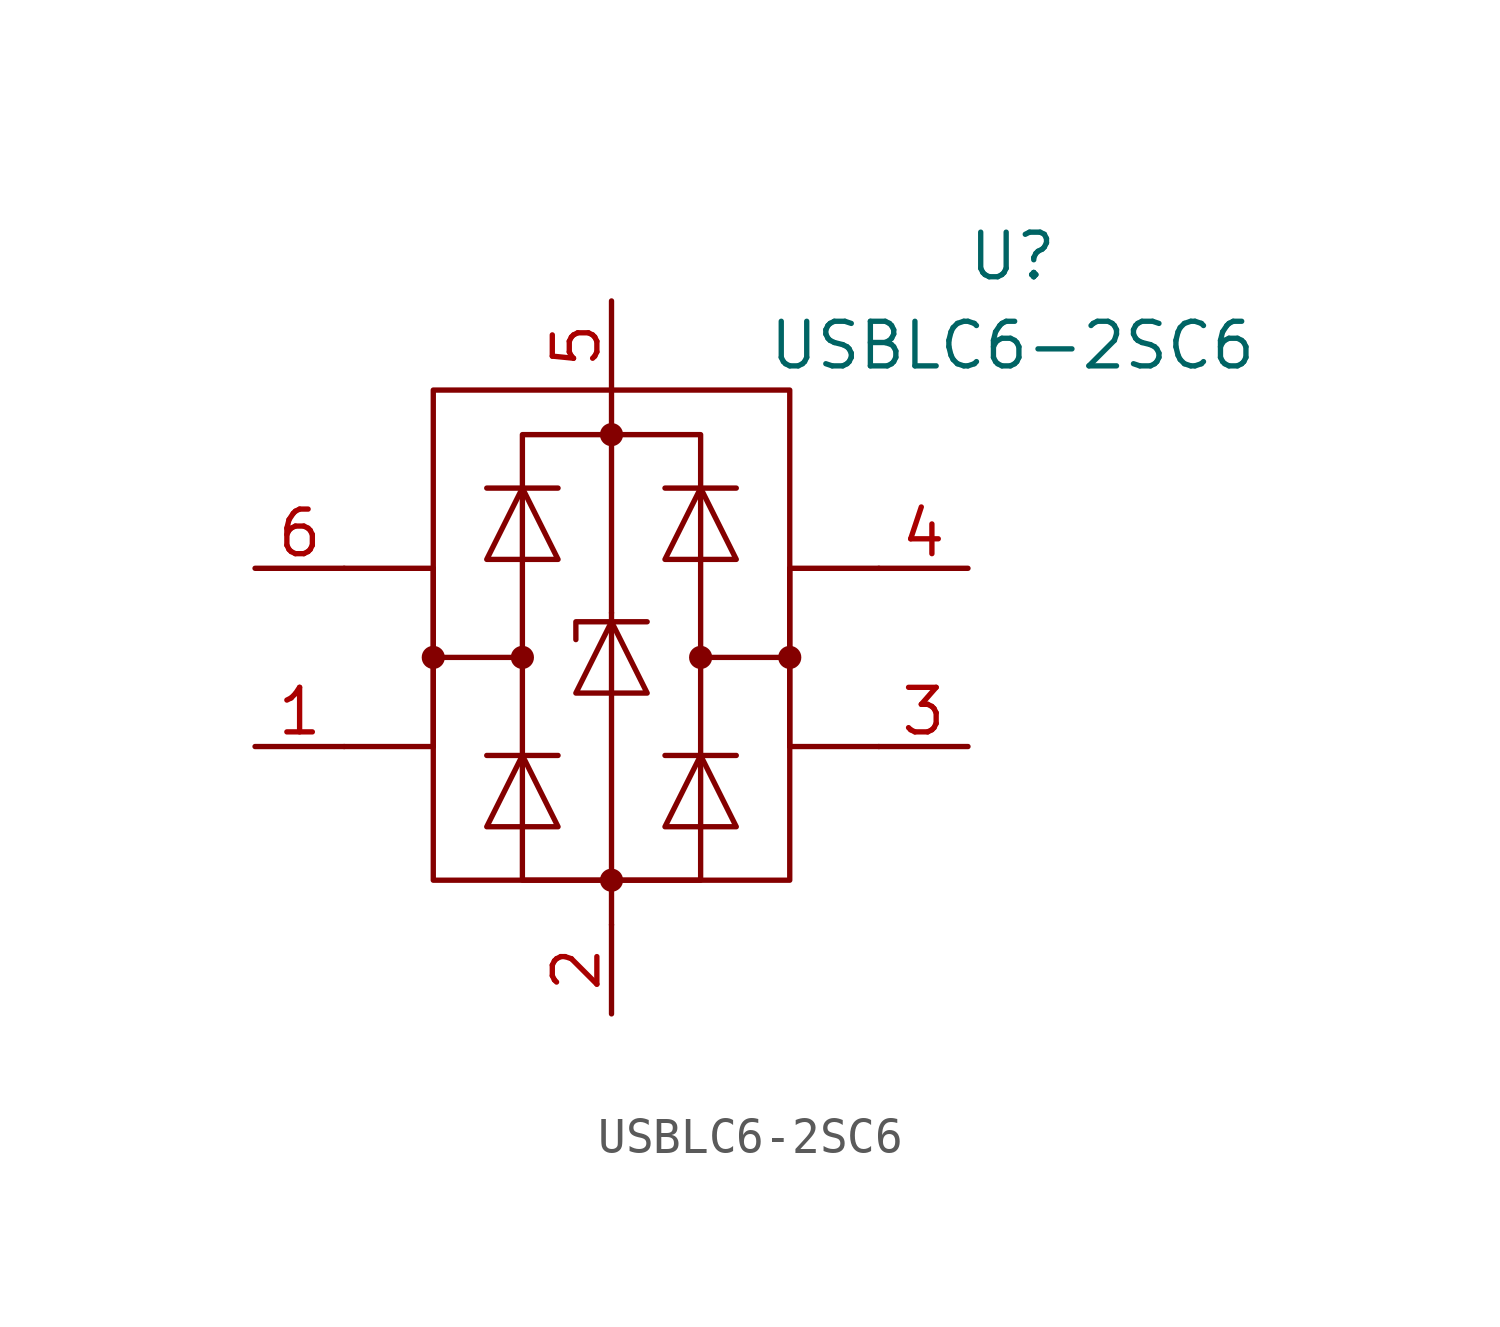
<source format=kicad_sym>
(kicad_symbol_lib
  (version 20211014)
  (generator kicad_symbol_editor)
  (symbol "USBLC6-2SC6"
    (pin_names
      (offset 1.016))
    (property "Reference" "U"
      (at 12.7 2.54 0)
      (effects (font (size 1.27 1.27))))
    (property "Value" "USBLC6-2SC6"
      (at 12.7 0 0)
      (effects (font (size 1.27 1.27))))
    (symbol "USBLC6-2SC6_0_1"
      (rectangle (start -3.81 -1.27) (end 6.35 -15.24) (stroke (width 0) (type default) (color 0 0 0 0)) (fill (type none))))
    (symbol "USBLC6-2SC6_1_1"
      (circle (center -3.81 -8.89) (radius 0.254) (stroke (width 0) (type default) (color 0 0 0 0)) (fill (type outline)))
      (circle (center -1.27 -8.89) (radius 0.254) (stroke (width 0) (type default) (color 0 0 0 0)) (fill (type outline)))
      (rectangle (start -1.27 -2.54) (end 3.81 -15.24) (stroke (width 0) (type default) (color 0 0 0 0)) (fill (type none)))
      (polyline (pts (xy -3.81 -11.43) (xy -6.35 -11.43)) (stroke (width 0) (type default) (color 0 0 0 0)) (fill (type none)))
      (polyline (pts (xy -3.81 -8.89) (xy -3.81 -11.43)) (stroke (width 0) (type default) (color 0 0 0 0)) (fill (type none)))
      (polyline (pts (xy -3.81 -6.35) (xy -6.35 -6.35)) (stroke (width 0) (type default) (color 0 0 0 0)) (fill (type none)))
      (polyline (pts (xy -0.254 -11.684) (xy -2.286 -11.684)) (stroke (width 0) (type default) (color 0 0 0 0)) (fill (type none)))
      (polyline (pts (xy -0.254 -4.064) (xy -2.286 -4.064)) (stroke (width 0) (type default) (color 0 0 0 0)) (fill (type none)))
      (polyline (pts (xy 1.27 -16.51) (xy 1.27 -15.24)) (stroke (width 0) (type default) (color 0 0 0 0)) (fill (type none)))
      (polyline (pts (xy 1.27 -15.24) (xy 1.27 -7.62)) (stroke (width 0) (type default) (color 0 0 0 0)) (fill (type none)))
      (polyline (pts (xy 1.27 -7.62) (xy 1.27 -2.54)) (stroke (width 0) (type default) (color 0 0 0 0)) (fill (type none)))
      (polyline (pts (xy 1.27 -2.54) (xy 1.27 -1.27)) (stroke (width 0) (type default) (color 0 0 0 0)) (fill (type none)))
      (polyline (pts (xy 2.794 -11.684) (xy 4.826 -11.684)) (stroke (width 0) (type default) (color 0 0 0 0)) (fill (type none)))
      (polyline (pts (xy 2.794 -4.064) (xy 4.826 -4.064)) (stroke (width 0) (type default) (color 0 0 0 0)) (fill (type none)))
      (polyline (pts (xy 6.35 -11.43) (xy 8.89 -11.43)) (stroke (width 0) (type default) (color 0 0 0 0)) (fill (type none)))
      (polyline (pts (xy 6.35 -8.89) (xy 6.35 -11.43)) (stroke (width 0) (type default) (color 0 0 0 0)) (fill (type none)))
      (polyline (pts (xy 6.35 -6.35) (xy 8.89 -6.35)) (stroke (width 0) (type default) (color 0 0 0 0)) (fill (type none)))
      (polyline (pts (xy -1.27 -8.89) (xy -3.81 -8.89) (xy -3.81 -6.35)) (stroke (width 0) (type default) (color 0 0 0 0)) (fill (type none)))
      (polyline (pts (xy 3.81 -8.89) (xy 6.35 -8.89) (xy 6.35 -6.35)) (stroke (width 0) (type default) (color 0 0 0 0)) (fill (type none)))
      (polyline (pts (xy -2.286 -13.716) (xy -0.254 -13.716) (xy -1.27 -11.684) (xy -2.286 -13.716)) (stroke (width 0) (type default) (color 0 0 0 0)) (fill (type none)))
      (polyline (pts (xy -2.286 -6.096) (xy -0.254 -6.096) (xy -1.27 -4.064) (xy -2.286 -6.096)) (stroke (width 0) (type default) (color 0 0 0 0)) (fill (type none)))
      (polyline (pts (xy 0.254 -9.906) (xy 2.286 -9.906) (xy 1.27 -7.874) (xy 0.254 -9.906)) (stroke (width 0) (type default) (color 0 0 0 0)) (fill (type none)))
      (polyline (pts (xy 2.286 -7.874) (xy 2.032 -7.874) (xy 0.254 -7.874) (xy 0.254 -8.382)) (stroke (width 0) (type default) (color 0 0 0 0)) (fill (type none)))
      (polyline (pts (xy 4.826 -13.716) (xy 2.794 -13.716) (xy 3.81 -11.684) (xy 4.826 -13.716)) (stroke (width 0) (type default) (color 0 0 0 0)) (fill (type none)))
      (polyline (pts (xy 4.826 -6.096) (xy 2.794 -6.096) (xy 3.81 -4.064) (xy 4.826 -6.096)) (stroke (width 0) (type default) (color 0 0 0 0)) (fill (type none)))
      (circle (center 1.27 -15.24) (radius 0.254) (stroke (width 0) (type default) (color 0 0 0 0)) (fill (type outline)))
      (circle (center 1.27 -2.54) (radius 0.254) (stroke (width 0) (type default) (color 0 0 0 0)) (fill (type outline)))
      (circle (center 3.81 -8.89) (radius 0.254) (stroke (width 0) (type default) (color 0 0 0 0)) (fill (type outline)))
      (circle (center 6.35 -8.89) (radius 0.254) (stroke (width 0) (type default) (color 0 0 0 0)) (fill (type outline)))
      (pin passive line (at -8.89 -11.43 0) (length 2.54) (name "~" (effects (font (size 1.27 1.27)))) (number "1" (effects (font (size 1.27 1.27)))))
      (pin passive line (at 1.27 -19.05 90) (length 2.54) (name "~" (effects (font (size 1.27 1.27)))) (number "2" (effects (font (size 1.27 1.27)))))
      (pin passive line (at 11.43 -11.43 180) (length 2.54) (name "~" (effects (font (size 1.27 1.27)))) (number "3" (effects (font (size 1.27 1.27)))))
      (pin passive line (at 11.43 -6.35 180) (length 2.54) (name "~" (effects (font (size 1.27 1.27)))) (number "4" (effects (font (size 1.27 1.27)))))
      (pin passive line (at 1.27 1.27 270) (length 2.54) (name "~" (effects (font (size 1.27 1.27)))) (number "5" (effects (font (size 1.27 1.27)))))
      (pin passive line (at -8.89 -6.35 0) (length 2.54) (name "~" (effects (font (size 1.27 1.27)))) (number "6" (effects (font (size 1.27 1.27))))))))
</source>
